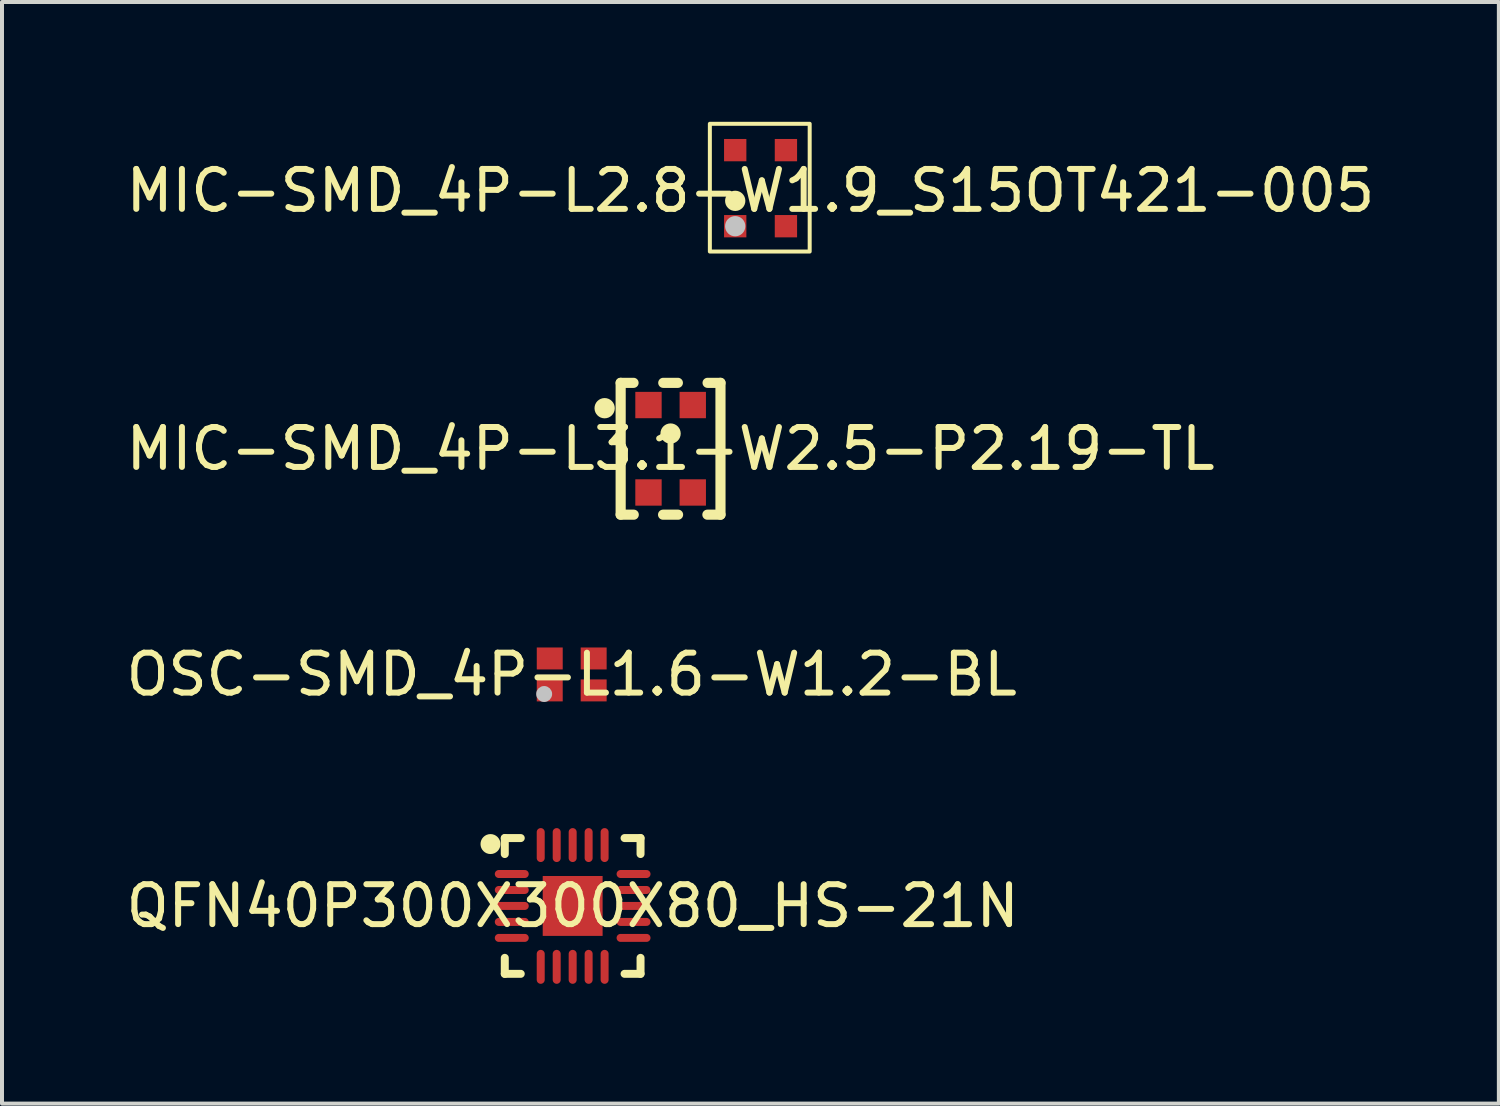
<source format=kicad_pcb>
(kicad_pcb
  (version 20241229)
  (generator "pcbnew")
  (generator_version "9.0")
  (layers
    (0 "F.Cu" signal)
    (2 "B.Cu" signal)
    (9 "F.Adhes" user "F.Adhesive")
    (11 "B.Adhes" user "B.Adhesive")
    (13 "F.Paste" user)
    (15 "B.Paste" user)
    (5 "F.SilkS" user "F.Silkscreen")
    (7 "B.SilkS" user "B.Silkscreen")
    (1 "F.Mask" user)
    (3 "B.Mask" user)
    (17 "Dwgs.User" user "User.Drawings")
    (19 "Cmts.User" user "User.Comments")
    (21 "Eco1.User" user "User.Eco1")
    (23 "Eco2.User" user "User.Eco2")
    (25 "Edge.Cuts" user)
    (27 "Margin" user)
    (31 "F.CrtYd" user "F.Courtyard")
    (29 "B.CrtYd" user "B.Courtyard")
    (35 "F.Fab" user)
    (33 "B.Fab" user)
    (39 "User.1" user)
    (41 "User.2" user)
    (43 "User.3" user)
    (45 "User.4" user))
  (footprint "OSC-SMD_4P-L1.6-W1.2-BL"
    (layer "F.Cu")
    (at 11.268 13.841)
    (property "Reference" "OSC-SMD_4P-L1.6-W1.2-BL" (at 0 0 0) (layer "F.SilkS") (effects (font (size 1 1) (thickness 0.15))))
    (fp_circle (center -0.69 0.49) (end -0.59 0.49) (stroke (width 0.2) (type default)) (fill no) (layer "Dwgs.User"))
    (fp_poly (pts (xy -0.25 -0.15) (xy -0.8 -0.15) (xy -0.8 -0.6) (xy -0.25 -0.6)) (stroke (width 0.1) (type default)) (fill no) (layer "User.1"))
    (fp_poly (pts (xy 0.25 0.15) (xy 0.799 0.15) (xy 0.799 0.6) (xy 0.25 0.6)) (stroke (width 0.1) (type default)) (fill no) (layer "User.1"))
    (fp_poly (pts (xy 0.8 -0.15) (xy 0.25 -0.15) (xy 0.25 -0.6) (xy 0.8 -0.6)) (stroke (width 0.1) (type default)) (fill no) (layer "User.1"))
    (fp_poly (pts (xy -0.8 0.15) (xy -0.4 0.15) (xy -0.25 0.3) (xy -0.25 0.6) (xy -0.8 0.6)) (stroke (width 0.1) (type default)) (fill no) (layer "User.1"))
    (fp_line (start -0.825 -0.625) (end 0.825 -0.625) (stroke (width 0.051) (type default)) (layer "User.2"))
    (fp_line (start -0.825 0.625) (end -0.825 -0.625) (stroke (width 0.051) (type default)) (layer "User.2"))
    (fp_line (start 0.825 -0.625) (end 0.825 0.625) (stroke (width 0.051) (type default)) (layer "User.2"))
    (fp_line (start 0.825 0.625) (end -0.825 0.625) (stroke (width 0.051) (type default)) (layer "User.2"))
    (fp_poly (pts (xy -0.765 0.625) (xy -0.783 0.583) (xy -0.825 0.565) (xy -0.867 0.583) (xy -0.885 0.625) (xy -0.867 0.667) (xy -0.825 0.685) (xy -0.783 0.667)) (stroke (width 0.1) (type default)) (fill no) (layer "User.3"))
    (pad "1" smd rect (at -0.55 0.4) (size 0.65 0.55) (layers "F.Cu" "F.Mask" "F.Paste"))
    (pad "2" smd rect (at 0.55 0.4) (size 0.65 0.55) (layers "F.Cu" "F.Mask" "F.Paste"))
    (pad "3" smd rect (at 0.55 -0.4) (size 0.65 0.55) (layers "F.Cu" "F.Mask" "F.Paste"))
    (pad "4" smd rect (at -0.55 -0.4) (size 0.65 0.55) (layers "F.Cu" "F.Mask" "F.Paste")))
  (footprint "MIC-SMD_4P-L2.8-W1.9_S15OT421-005"
    (layer "F.Cu")
    (at 15.744 1.726)
    (property "Reference" "MIC-SMD_4P-L2.8-W1.9_S15OT421-005" (at 0 0 0) (layer "F.SilkS") (effects (font (size 1 1) (thickness 0.15))))
    (fp_rect (start -1.016 -1.676) (end 1.484 1.524) (stroke (width 0.1) (type default)) (fill no) (layer "F.SilkS"))
    (fp_circle (center -0.381 0.254) (end -0.254 0.254) (stroke (width 0.254) (type default)) (fill no) (layer "F.SilkS"))
    (fp_circle (center -0.381 0.889) (end -0.254 0.889) (stroke (width 0.254) (type default)) (fill no) (layer "Dwgs.User"))
    (fp_poly (pts (xy -0.889 1.45) (xy -0.907 1.407) (xy -0.95 1.389) (xy -0.993 1.407) (xy -1.011 1.45) (xy -0.993 1.494) (xy -0.95 1.512) (xy -0.907 1.494)) (stroke (width 0.1) (type default)) (fill no) (layer "User.3"))
    (pad "1" smd rect (at -0.381 0.889 180) (size 0.559 0.559) (layers "F.Cu" "F.Mask" "F.Paste"))
    (pad "2" smd rect (at -0.381 -1.016 180) (size 0.559 0.559) (layers "F.Cu" "F.Mask" "F.Paste"))
    (pad "3" smd rect (at 0.889 -1.016 180) (size 0.559 0.559) (layers "F.Cu" "F.Mask" "F.Paste"))
    (pad "4" smd rect (at 0.889 0.889 180) (size 0.559 0.559) (layers "F.Cu" "F.Mask" "F.Paste")))
  (footprint "QFN40P300X300X80_HS-21N"
    (layer "F.Cu")
    (at 11.292 19.639)
    (property "Reference" "QFN40P300X300X80_HS-21N" (at 0 0 0) (layer "F.SilkS") (effects (font (size 1 1) (thickness 0.15))))
    (fp_line (start -1.7 -1.7) (end -1.7 -1.3) (stroke (width 0.2) (type default)) (layer "F.SilkS"))
    (fp_line (start -1.7 -1.7) (end -1.3 -1.7) (stroke (width 0.2) (type default)) (layer "F.SilkS"))
    (fp_line (start -1.7 1.3) (end -1.7 1.7) (stroke (width 0.2) (type default)) (layer "F.SilkS"))
    (fp_line (start -1.7 1.7) (end -1.3 1.7) (stroke (width 0.2) (type default)) (layer "F.SilkS"))
    (fp_line (start 1.3 -1.7) (end 1.7 -1.7) (stroke (width 0.2) (type default)) (layer "F.SilkS"))
    (fp_line (start 1.3 1.7) (end 1.7 1.7) (stroke (width 0.2) (type default)) (layer "F.SilkS"))
    (fp_line (start 1.7 -1.7) (end 1.7 -1.3) (stroke (width 0.2) (type default)) (layer "F.SilkS"))
    (fp_line (start 1.7 1.3) (end 1.7 1.7) (stroke (width 0.2) (type default)) (layer "F.SilkS"))
    (fp_circle (center -2.058 -1.55) (end -1.933 -1.55) (stroke (width 0.25) (type default)) (fill no) (layer "F.SilkS"))
    (fp_poly (pts (xy -1.55 1.55) (xy -1.55 -1.55) (xy 1.55 -1.55) (xy 1.55 1.55)) (stroke (width 0.1) (type default)) (fill no) (layer "User.1"))
    (pad "1" smd oval (at -1.525 -0.8 90) (size 0.2 0.85) (layers "F.Cu" "F.Mask" "F.Paste"))
    (pad "2" smd oval (at -1.525 -0.4 90) (size 0.2 0.85) (layers "F.Cu" "F.Mask" "F.Paste"))
    (pad "3" smd oval (at -1.525 0 90) (size 0.2 0.85) (layers "F.Cu" "F.Mask" "F.Paste"))
    (pad "4" smd oval (at -1.525 0.4 90) (size 0.2 0.85) (layers "F.Cu" "F.Mask" "F.Paste"))
    (pad "5" smd oval (at -1.525 0.8 90) (size 0.2 0.85) (layers "F.Cu" "F.Mask" "F.Paste"))
    (pad "6" smd oval (at -0.8 1.525) (size 0.2 0.85) (layers "F.Cu" "F.Mask" "F.Paste"))
    (pad "7" smd oval (at -0.4 1.525) (size 0.2 0.85) (layers "F.Cu" "F.Mask" "F.Paste"))
    (pad "8" smd oval (at 0 1.525) (size 0.2 0.85) (layers "F.Cu" "F.Mask" "F.Paste"))
    (pad "9" smd oval (at 0.4 1.525) (size 0.2 0.85) (layers "F.Cu" "F.Mask" "F.Paste"))
    (pad "10" smd oval (at 0.8 1.525) (size 0.2 0.85) (layers "F.Cu" "F.Mask" "F.Paste"))
    (pad "11" smd oval (at 1.525 0.8 90) (size 0.2 0.85) (layers "F.Cu" "F.Mask" "F.Paste"))
    (pad "12" smd oval (at 1.525 0.4 90) (size 0.2 0.85) (layers "F.Cu" "F.Mask" "F.Paste"))
    (pad "13" smd oval (at 1.525 0 90) (size 0.2 0.85) (layers "F.Cu" "F.Mask" "F.Paste"))
    (pad "14" smd oval (at 1.525 -0.4 90) (size 0.2 0.85) (layers "F.Cu" "F.Mask" "F.Paste"))
    (pad "15" smd oval (at 1.525 -0.8 90) (size 0.2 0.85) (layers "F.Cu" "F.Mask" "F.Paste"))
    (pad "16" smd oval (at 0.8 -1.525) (size 0.2 0.85) (layers "F.Cu" "F.Mask" "F.Paste"))
    (pad "17" smd oval (at 0.4 -1.525) (size 0.2 0.85) (layers "F.Cu" "F.Mask" "F.Paste"))
    (pad "18" smd oval (at 0 -1.525) (size 0.2 0.85) (layers "F.Cu" "F.Mask" "F.Paste"))
    (pad "19" smd oval (at -0.4 -1.525) (size 0.2 0.85) (layers "F.Cu" "F.Mask" "F.Paste"))
    (pad "20" smd oval (at -0.8 -1.525) (size 0.2 0.85) (layers "F.Cu" "F.Mask" "F.Paste"))
    (pad "21" smd rect (at 0 0) (size 1.5 1.5) (layers "F.Cu" "F.Mask" "F.Paste")))
  (footprint "MIC-SMD_4P-L3.1-W2.5-P2.19-TL"
    (layer "F.Cu")
    (at 13.744 8.189)
    (property "Reference" "MIC-SMD_4P-L3.1-W2.5-P2.19-TL" (at 0 0 0) (layer "F.SilkS") (effects (font (size 1 1) (thickness 0.15))))
    (fp_line (start -1.25 -1.651) (end -1.25 1.651) (stroke (width 0.254) (type default)) (layer "F.SilkS"))
    (fp_line (start -1.25 -1.651) (end -0.927 -1.651) (stroke (width 0.254) (type default)) (layer "F.SilkS"))
    (fp_line (start -1.25 1.651) (end -0.922 1.651) (stroke (width 0.254) (type default)) (layer "F.SilkS"))
    (fp_line (start -0.188 1.651) (end 0.188 1.651) (stroke (width 0.254) (type default)) (layer "F.SilkS"))
    (fp_line (start -0.183 -1.651) (end 0.183 -1.651) (stroke (width 0.254) (type default)) (layer "F.SilkS"))
    (fp_line (start 0.922 1.651) (end 1.25 1.651) (stroke (width 0.254) (type default)) (layer "F.SilkS"))
    (fp_line (start 0.927 -1.651) (end 1.25 -1.651) (stroke (width 0.254) (type default)) (layer "F.SilkS"))
    (fp_line (start 1.25 -1.651) (end 1.25 1.651) (stroke (width 0.254) (type default)) (layer "F.SilkS"))
    (fp_circle (center -1.651 -1.016) (end -1.524 -1.016) (stroke (width 0.254) (type default)) (fill no) (layer "F.SilkS"))
    (fp_circle (center 0 -0.381) (end 0.127 -0.381) (stroke (width 0.254) (type default)) (fill no) (layer "F.SilkS"))
    (fp_poly (pts (xy -0.884 -1.425) (xy -0.226 -1.425) (xy -0.226 -0.764) (xy -0.884 -0.764)) (stroke (width 0.1) (type default)) (fill no) (layer "User.1"))
    (fp_poly (pts (xy -0.884 0.764) (xy -0.226 0.764) (xy -0.226 1.425) (xy -0.884 1.425)) (stroke (width 0.1) (type default)) (fill no) (layer "User.1"))
    (fp_poly (pts (xy 0.226 -1.425) (xy 0.884 -1.425) (xy 0.884 -0.764) (xy 0.226 -0.764)) (stroke (width 0.1) (type default)) (fill no) (layer "User.1"))
    (fp_poly (pts (xy 0.226 0.764) (xy 0.884 0.764) (xy 0.884 1.425) (xy 0.226 1.425)) (stroke (width 0.1) (type default)) (fill no) (layer "User.1"))
    (fp_line (start -1.905 -1.778) (end 1.377 -1.778) (stroke (width 0.051) (type default)) (layer "User.2"))
    (fp_line (start -1.905 1.778) (end -1.905 -1.778) (stroke (width 0.051) (type default)) (layer "User.2"))
    (fp_line (start 1.377 -1.778) (end 1.377 1.778) (stroke (width 0.051) (type default)) (layer "User.2"))
    (fp_line (start 1.377 1.778) (end -1.905 1.778) (stroke (width 0.051) (type default)) (layer "User.2"))
    (fp_poly (pts (xy -1.844 -1.778) (xy -1.862 -1.821) (xy -1.905 -1.839) (xy -1.948 -1.821) (xy -1.966 -1.778) (xy -1.948 -1.735) (xy -1.905 -1.717) (xy -1.862 -1.735)) (stroke (width 0.1) (type default)) (fill no) (layer "User.3"))
    (pad "1" smd rect (at -0.553 -1.095) (size 0.66 0.66) (layers "F.Cu" "F.Mask" "F.Paste"))
    (pad "2" smd rect (at -0.553 1.095) (size 0.66 0.66) (layers "F.Cu" "F.Mask" "F.Paste"))
    (pad "3" smd rect (at 0.556 1.095) (size 0.66 0.66) (layers "F.Cu" "F.Mask" "F.Paste"))
    (pad "4" smd rect (at 0.556 -1.095) (size 0.66 0.66) (layers "F.Cu" "F.Mask" "F.Paste")))
  (gr_rect
    (start -3 -3)
    (end 34.488 24.589)
    (stroke (width 0.1) (type default))
    (fill no)
    (layer "Edge.Cuts")))
</source>
